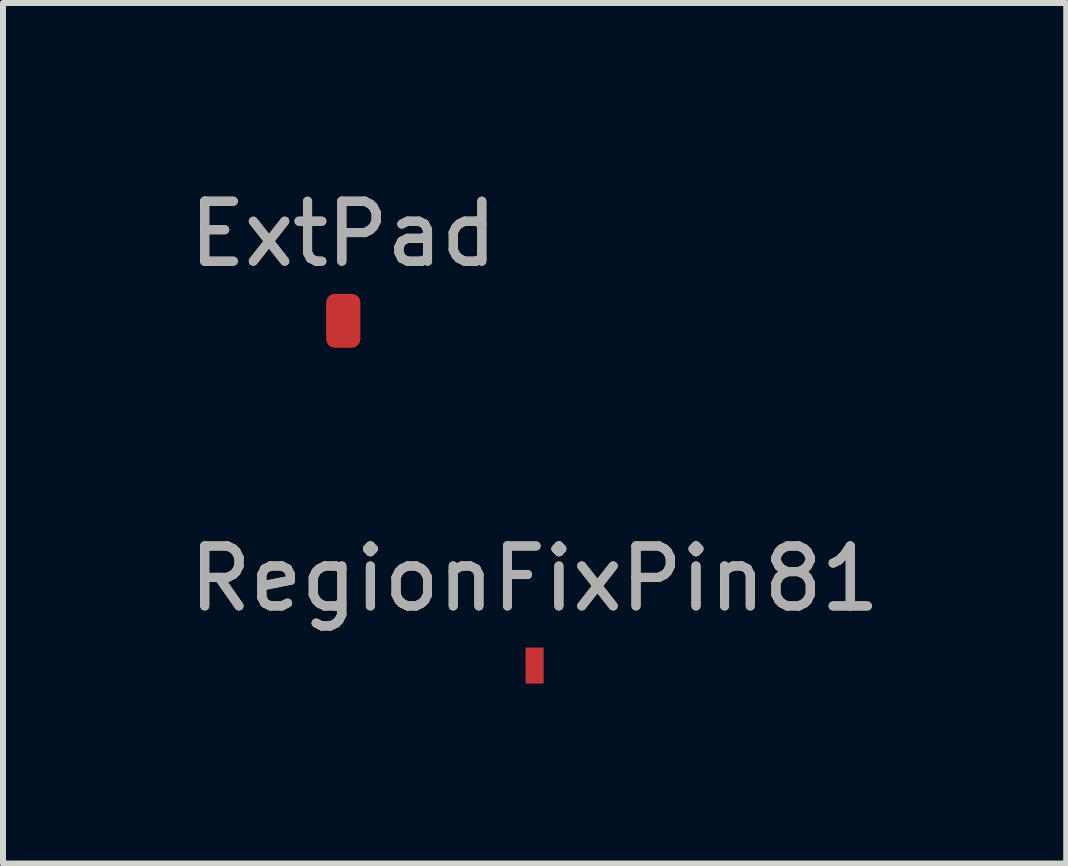
<source format=kicad_pcb>
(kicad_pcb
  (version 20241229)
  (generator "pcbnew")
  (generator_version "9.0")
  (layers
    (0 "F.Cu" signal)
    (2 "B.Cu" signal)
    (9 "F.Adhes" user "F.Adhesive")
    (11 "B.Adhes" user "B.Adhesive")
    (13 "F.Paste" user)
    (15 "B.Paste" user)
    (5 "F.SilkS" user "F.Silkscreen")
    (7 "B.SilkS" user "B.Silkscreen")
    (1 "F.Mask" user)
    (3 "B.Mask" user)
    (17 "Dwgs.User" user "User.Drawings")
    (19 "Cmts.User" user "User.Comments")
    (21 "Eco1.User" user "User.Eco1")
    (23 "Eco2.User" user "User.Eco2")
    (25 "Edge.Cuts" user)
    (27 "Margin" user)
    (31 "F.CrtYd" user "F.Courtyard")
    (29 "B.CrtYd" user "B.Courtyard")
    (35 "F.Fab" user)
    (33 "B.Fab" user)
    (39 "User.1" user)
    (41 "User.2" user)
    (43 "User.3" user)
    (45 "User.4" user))
  (footprint "RegionFixPin81"
    (layer "F.Cu")
    (at 5.863 8.046)
    (property "Reference" "RegionFixPin81" (at 0 -1.448 0) (layer "F.SilkS") (effects (font (size 1 1) (thickness 0.15))))
    (attr exclude_from_pos_files)
    (fp_text user "${REFERENCE}" (at 0 -1.45 0) (layer "F.Fab") (effects (font (size 1 1) (thickness 0.15))))
    (pad "1" smd rect (at 0 0) (size 0.3 0.6) (layers "F.Cu" "F.Mask" "F.Paste")))
  (footprint "ExtPad"
    (layer "F.Cu")
    (at 2.673 2.298)
    (property "Reference" "ExtPad" (at 0 -1.448 0) (layer "F.SilkS") (effects (font (size 1 1) (thickness 0.15))))
    (attr exclude_from_pos_files)
    (fp_text user "${REFERENCE}" (at 0 -1.45 0) (layer "F.Fab") (effects (font (size 1 1) (thickness 0.15))))
    (pad "1" smd roundrect (at 0 0) (size 0.57 0.9) (layers "F.Cu" "F.Mask" "F.Paste") (roundrect_rratio 0.25)))
  (gr_rect
    (start -3 -3)
    (end 14.726 11.347)
    (stroke (width 0.1) (type default))
    (fill no)
    (layer "Edge.Cuts")))
</source>
